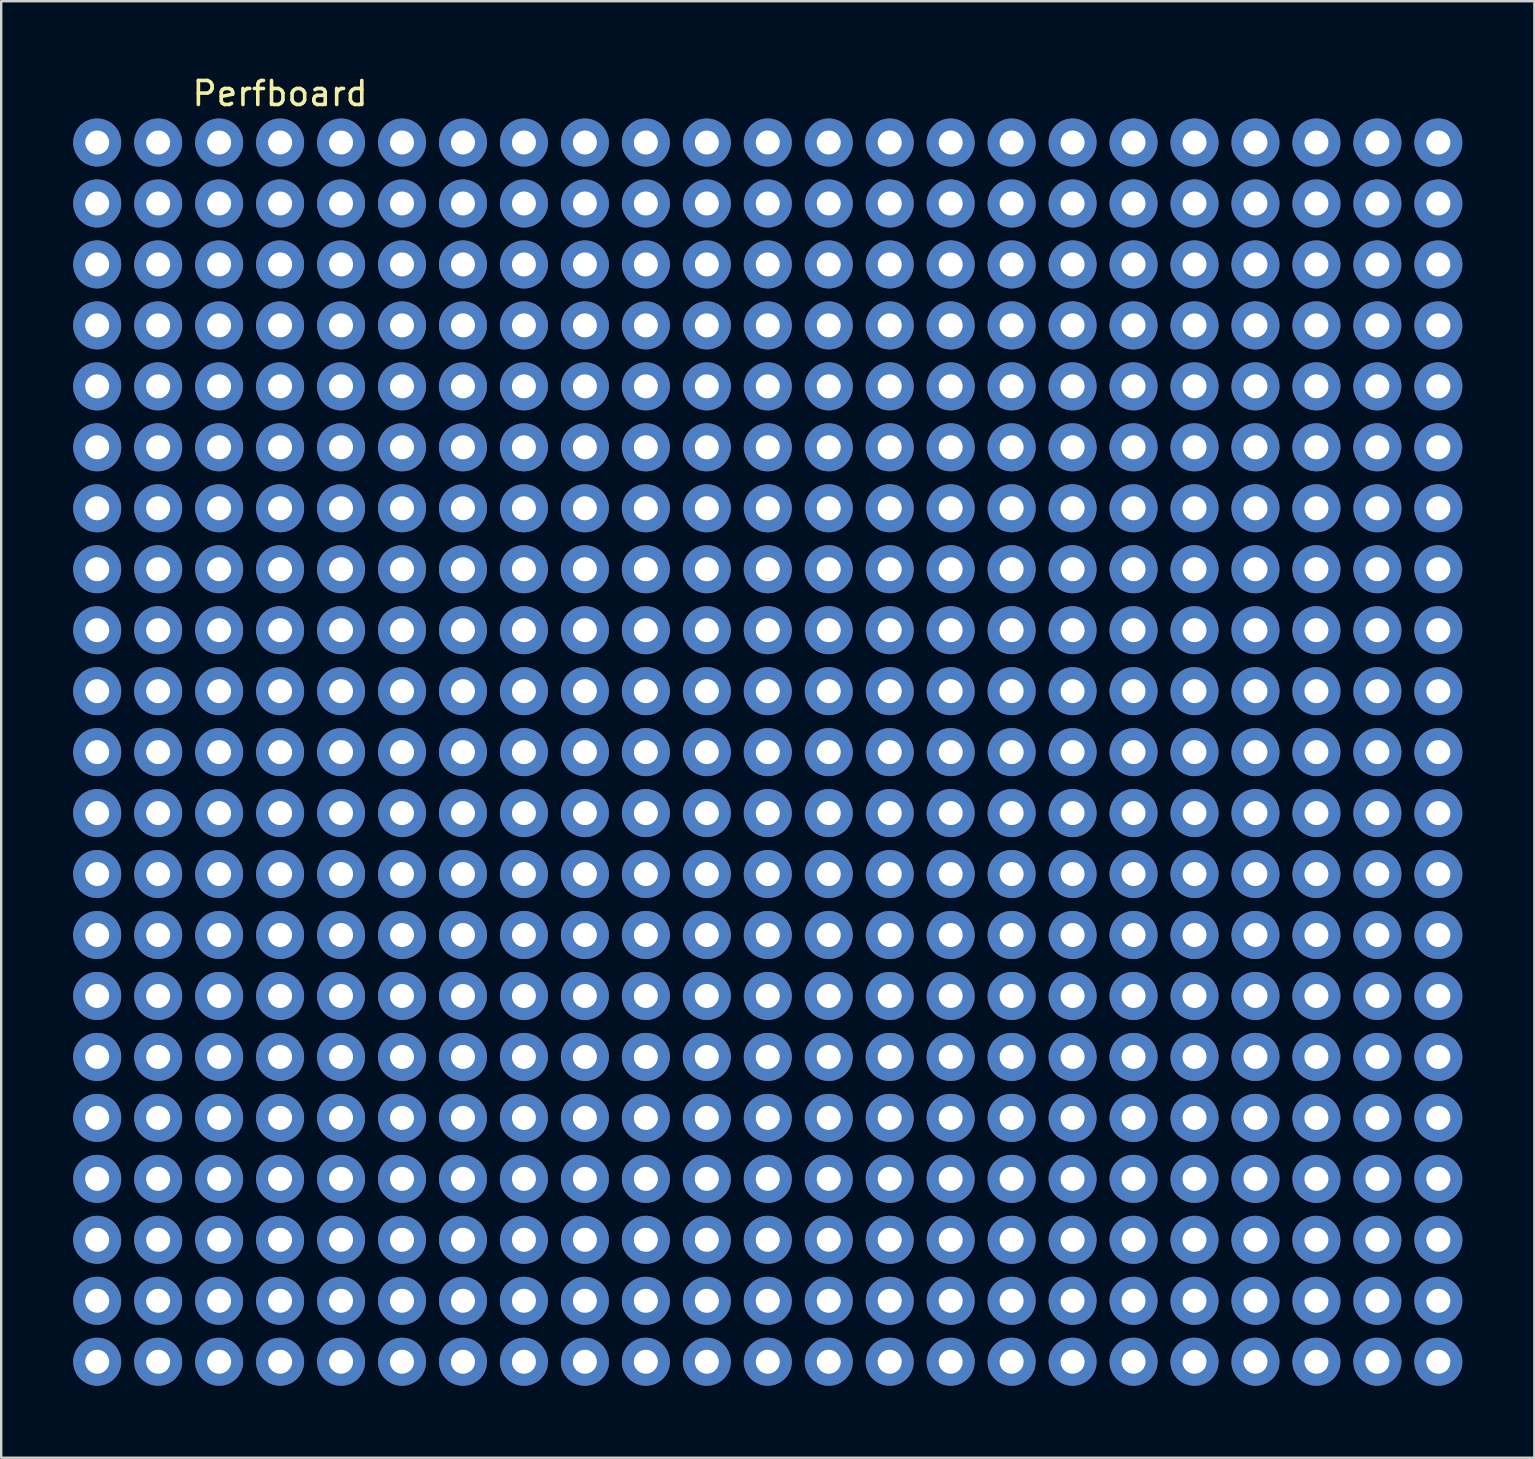
<source format=kicad_pcb>
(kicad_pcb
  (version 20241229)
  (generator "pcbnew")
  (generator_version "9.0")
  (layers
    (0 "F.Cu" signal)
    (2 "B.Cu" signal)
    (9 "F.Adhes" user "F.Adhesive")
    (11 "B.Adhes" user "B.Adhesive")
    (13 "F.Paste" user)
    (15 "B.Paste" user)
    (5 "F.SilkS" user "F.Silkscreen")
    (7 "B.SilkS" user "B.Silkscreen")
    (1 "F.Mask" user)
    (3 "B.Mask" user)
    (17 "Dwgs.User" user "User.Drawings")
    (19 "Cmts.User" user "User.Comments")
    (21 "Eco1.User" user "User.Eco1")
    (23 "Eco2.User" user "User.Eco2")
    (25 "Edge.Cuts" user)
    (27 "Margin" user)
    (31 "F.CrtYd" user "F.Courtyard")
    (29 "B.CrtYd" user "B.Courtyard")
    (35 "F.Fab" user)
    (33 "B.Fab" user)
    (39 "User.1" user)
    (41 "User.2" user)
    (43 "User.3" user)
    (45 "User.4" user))
  (footprint "Perfboard"
    (layer "F.Cu")
    (at 8.62 0.348)
    (property "Reference" "Perfboard" (at 0 0.5 0) (layer "F.SilkS") (effects (font (size 1 1) (thickness 0.15))))
    (attr through_hole)
    (pad "1" thru_hole circle (at -7.62 2.54) (size 2 2) (drill 1) (layers "*.Cu" "*.Mask"))
    (pad "2" thru_hole circle (at -5.08 2.54) (size 2 2) (drill 1) (layers "*.Cu" "*.Mask"))
    (pad "3" thru_hole circle (at -2.54 2.54) (size 2 2) (drill 1) (layers "*.Cu" "*.Mask"))
    (pad "4" thru_hole circle (at 0 2.54) (size 2 2) (drill 1) (layers "*.Cu" "*.Mask"))
    (pad "5" thru_hole circle (at 2.54 2.54) (size 2 2) (drill 1) (layers "*.Cu" "*.Mask"))
    (pad "6" thru_hole circle (at 5.08 2.54) (size 2 2) (drill 1) (layers "*.Cu" "*.Mask"))
    (pad "7" thru_hole circle (at 7.62 2.54) (size 2 2) (drill 1) (layers "*.Cu" "*.Mask"))
    (pad "8" thru_hole circle (at 10.16 2.54) (size 2 2) (drill 1) (layers "*.Cu" "*.Mask"))
    (pad "9" thru_hole circle (at 12.7 2.54) (size 2 2) (drill 1) (layers "*.Cu" "*.Mask"))
    (pad "10" thru_hole circle (at 15.24 2.54) (size 2 2) (drill 1) (layers "*.Cu" "*.Mask"))
    (pad "11" thru_hole circle (at 17.78 2.54) (size 2 2) (drill 1) (layers "*.Cu" "*.Mask"))
    (pad "12" thru_hole circle (at 20.32 2.54) (size 2 2) (drill 1) (layers "*.Cu" "*.Mask"))
    (pad "13" thru_hole circle (at 22.86 2.54) (size 2 2) (drill 1) (layers "*.Cu" "*.Mask"))
    (pad "14" thru_hole circle (at 25.4 2.54) (size 2 2) (drill 1) (layers "*.Cu" "*.Mask"))
    (pad "15" thru_hole circle (at 27.94 2.54) (size 2 2) (drill 1) (layers "*.Cu" "*.Mask"))
    (pad "16" thru_hole circle (at 30.48 2.54) (size 2 2) (drill 1) (layers "*.Cu" "*.Mask"))
    (pad "17" thru_hole circle (at 33.02 2.54) (size 2 2) (drill 1) (layers "*.Cu" "*.Mask"))
    (pad "18" thru_hole circle (at 35.56 2.54) (size 2 2) (drill 1) (layers "*.Cu" "*.Mask"))
    (pad "19" thru_hole circle (at 38.1 2.54) (size 2 2) (drill 1) (layers "*.Cu" "*.Mask"))
    (pad "20" thru_hole circle (at 40.64 2.54) (size 2 2) (drill 1) (layers "*.Cu" "*.Mask"))
    (pad "21" thru_hole circle (at 43.18 2.54) (size 2 2) (drill 1) (layers "*.Cu" "*.Mask"))
    (pad "22" thru_hole circle (at 45.72 2.54) (size 2 2) (drill 1) (layers "*.Cu" "*.Mask"))
    (pad "23" thru_hole circle (at 48.26 2.54) (size 2 2) (drill 1) (layers "*.Cu" "*.Mask"))
    (pad "24" thru_hole circle (at -7.62 5.08) (size 2 2) (drill 1) (layers "*.Cu" "*.Mask"))
    (pad "25" thru_hole circle (at -5.08 5.08) (size 2 2) (drill 1) (layers "*.Cu" "*.Mask"))
    (pad "26" thru_hole circle (at -2.54 5.08) (size 2 2) (drill 1) (layers "*.Cu" "*.Mask"))
    (pad "27" thru_hole circle (at 0 5.08) (size 2 2) (drill 1) (layers "*.Cu" "*.Mask"))
    (pad "28" thru_hole circle (at 2.54 5.08) (size 2 2) (drill 1) (layers "*.Cu" "*.Mask"))
    (pad "29" thru_hole circle (at 5.08 5.08) (size 2 2) (drill 1) (layers "*.Cu" "*.Mask"))
    (pad "30" thru_hole circle (at 7.62 5.08) (size 2 2) (drill 1) (layers "*.Cu" "*.Mask"))
    (pad "31" thru_hole circle (at 10.16 5.08) (size 2 2) (drill 1) (layers "*.Cu" "*.Mask"))
    (pad "32" thru_hole circle (at 12.7 5.08) (size 2 2) (drill 1) (layers "*.Cu" "*.Mask"))
    (pad "33" thru_hole circle (at 15.24 5.08) (size 2 2) (drill 1) (layers "*.Cu" "*.Mask"))
    (pad "34" thru_hole circle (at 17.78 5.08) (size 2 2) (drill 1) (layers "*.Cu" "*.Mask"))
    (pad "35" thru_hole circle (at 20.32 5.08) (size 2 2) (drill 1) (layers "*.Cu" "*.Mask"))
    (pad "36" thru_hole circle (at 22.86 5.08) (size 2 2) (drill 1) (layers "*.Cu" "*.Mask"))
    (pad "37" thru_hole circle (at 25.4 5.08) (size 2 2) (drill 1) (layers "*.Cu" "*.Mask"))
    (pad "38" thru_hole circle (at 27.94 5.08) (size 2 2) (drill 1) (layers "*.Cu" "*.Mask"))
    (pad "39" thru_hole circle (at 30.48 5.08) (size 2 2) (drill 1) (layers "*.Cu" "*.Mask"))
    (pad "40" thru_hole circle (at 33.02 5.08) (size 2 2) (drill 1) (layers "*.Cu" "*.Mask"))
    (pad "41" thru_hole circle (at 35.56 5.08) (size 2 2) (drill 1) (layers "*.Cu" "*.Mask"))
    (pad "42" thru_hole circle (at 38.1 5.08) (size 2 2) (drill 1) (layers "*.Cu" "*.Mask"))
    (pad "43" thru_hole circle (at 40.64 5.08) (size 2 2) (drill 1) (layers "*.Cu" "*.Mask"))
    (pad "44" thru_hole circle (at 43.18 5.08) (size 2 2) (drill 1) (layers "*.Cu" "*.Mask"))
    (pad "45" thru_hole circle (at 45.72 5.08) (size 2 2) (drill 1) (layers "*.Cu" "*.Mask"))
    (pad "46" thru_hole circle (at 48.26 5.08) (size 2 2) (drill 1) (layers "*.Cu" "*.Mask"))
    (pad "47" thru_hole circle (at -7.62 7.62) (size 2 2) (drill 1) (layers "*.Cu" "*.Mask"))
    (pad "48" thru_hole circle (at -5.08 7.62) (size 2 2) (drill 1) (layers "*.Cu" "*.Mask"))
    (pad "49" thru_hole circle (at -2.54 7.62) (size 2 2) (drill 1) (layers "*.Cu" "*.Mask"))
    (pad "50" thru_hole circle (at 0 7.62) (size 2 2) (drill 1) (layers "*.Cu" "*.Mask"))
    (pad "51" thru_hole circle (at 2.54 7.62) (size 2 2) (drill 1) (layers "*.Cu" "*.Mask"))
    (pad "52" thru_hole circle (at 5.08 7.62) (size 2 2) (drill 1) (layers "*.Cu" "*.Mask"))
    (pad "53" thru_hole circle (at 7.62 7.62) (size 2 2) (drill 1) (layers "*.Cu" "*.Mask"))
    (pad "54" thru_hole circle (at 10.16 7.62) (size 2 2) (drill 1) (layers "*.Cu" "*.Mask"))
    (pad "55" thru_hole circle (at 12.7 7.62) (size 2 2) (drill 1) (layers "*.Cu" "*.Mask"))
    (pad "56" thru_hole circle (at 15.24 7.62) (size 2 2) (drill 1) (layers "*.Cu" "*.Mask"))
    (pad "57" thru_hole circle (at 17.78 7.62) (size 2 2) (drill 1) (layers "*.Cu" "*.Mask"))
    (pad "58" thru_hole circle (at 20.32 7.62) (size 2 2) (drill 1) (layers "*.Cu" "*.Mask"))
    (pad "59" thru_hole circle (at 22.86 7.62) (size 2 2) (drill 1) (layers "*.Cu" "*.Mask"))
    (pad "60" thru_hole circle (at 25.4 7.62) (size 2 2) (drill 1) (layers "*.Cu" "*.Mask"))
    (pad "61" thru_hole circle (at 27.94 7.62) (size 2 2) (drill 1) (layers "*.Cu" "*.Mask"))
    (pad "62" thru_hole circle (at 30.48 7.62) (size 2 2) (drill 1) (layers "*.Cu" "*.Mask"))
    (pad "63" thru_hole circle (at 33.02 7.62) (size 2 2) (drill 1) (layers "*.Cu" "*.Mask"))
    (pad "64" thru_hole circle (at 35.56 7.62) (size 2 2) (drill 1) (layers "*.Cu" "*.Mask"))
    (pad "65" thru_hole circle (at 38.1 7.62) (size 2 2) (drill 1) (layers "*.Cu" "*.Mask"))
    (pad "66" thru_hole circle (at 40.64 7.62) (size 2 2) (drill 1) (layers "*.Cu" "*.Mask"))
    (pad "67" thru_hole circle (at 43.18 7.62) (size 2 2) (drill 1) (layers "*.Cu" "*.Mask"))
    (pad "68" thru_hole circle (at 45.72 7.62) (size 2 2) (drill 1) (layers "*.Cu" "*.Mask"))
    (pad "69" thru_hole circle (at 48.26 7.62) (size 2 2) (drill 1) (layers "*.Cu" "*.Mask"))
    (pad "70" thru_hole circle (at -7.62 10.16) (size 2 2) (drill 1) (layers "*.Cu" "*.Mask"))
    (pad "71" thru_hole circle (at -5.08 10.16) (size 2 2) (drill 1) (layers "*.Cu" "*.Mask"))
    (pad "72" thru_hole circle (at -2.54 10.16) (size 2 2) (drill 1) (layers "*.Cu" "*.Mask"))
    (pad "73" thru_hole circle (at 0 10.16) (size 2 2) (drill 1) (layers "*.Cu" "*.Mask"))
    (pad "74" thru_hole circle (at 2.54 10.16) (size 2 2) (drill 1) (layers "*.Cu" "*.Mask"))
    (pad "75" thru_hole circle (at 5.08 10.16) (size 2 2) (drill 1) (layers "*.Cu" "*.Mask"))
    (pad "76" thru_hole circle (at 7.62 10.16) (size 2 2) (drill 1) (layers "*.Cu" "*.Mask"))
    (pad "77" thru_hole circle (at 10.16 10.16) (size 2 2) (drill 1) (layers "*.Cu" "*.Mask"))
    (pad "78" thru_hole circle (at 12.7 10.16) (size 2 2) (drill 1) (layers "*.Cu" "*.Mask"))
    (pad "79" thru_hole circle (at 15.24 10.16) (size 2 2) (drill 1) (layers "*.Cu" "*.Mask"))
    (pad "80" thru_hole circle (at 17.78 10.16) (size 2 2) (drill 1) (layers "*.Cu" "*.Mask"))
    (pad "81" thru_hole circle (at 20.32 10.16) (size 2 2) (drill 1) (layers "*.Cu" "*.Mask"))
    (pad "82" thru_hole circle (at 22.86 10.16) (size 2 2) (drill 1) (layers "*.Cu" "*.Mask"))
    (pad "83" thru_hole circle (at 25.4 10.16) (size 2 2) (drill 1) (layers "*.Cu" "*.Mask"))
    (pad "84" thru_hole circle (at 27.94 10.16) (size 2 2) (drill 1) (layers "*.Cu" "*.Mask"))
    (pad "85" thru_hole circle (at 30.48 10.16) (size 2 2) (drill 1) (layers "*.Cu" "*.Mask"))
    (pad "86" thru_hole circle (at 33.02 10.16) (size 2 2) (drill 1) (layers "*.Cu" "*.Mask"))
    (pad "87" thru_hole circle (at 35.56 10.16) (size 2 2) (drill 1) (layers "*.Cu" "*.Mask"))
    (pad "88" thru_hole circle (at 38.1 10.16) (size 2 2) (drill 1) (layers "*.Cu" "*.Mask"))
    (pad "89" thru_hole circle (at 40.64 10.16) (size 2 2) (drill 1) (layers "*.Cu" "*.Mask"))
    (pad "90" thru_hole circle (at 43.18 10.16) (size 2 2) (drill 1) (layers "*.Cu" "*.Mask"))
    (pad "91" thru_hole circle (at 45.72 10.16) (size 2 2) (drill 1) (layers "*.Cu" "*.Mask"))
    (pad "92" thru_hole circle (at 48.26 10.16) (size 2 2) (drill 1) (layers "*.Cu" "*.Mask"))
    (pad "93" thru_hole circle (at -7.62 12.7) (size 2 2) (drill 1) (layers "*.Cu" "*.Mask"))
    (pad "94" thru_hole circle (at -5.08 12.7) (size 2 2) (drill 1) (layers "*.Cu" "*.Mask"))
    (pad "95" thru_hole circle (at -2.54 12.7) (size 2 2) (drill 1) (layers "*.Cu" "*.Mask"))
    (pad "96" thru_hole circle (at 0 12.7) (size 2 2) (drill 1) (layers "*.Cu" "*.Mask"))
    (pad "97" thru_hole circle (at 2.54 12.7) (size 2 2) (drill 1) (layers "*.Cu" "*.Mask"))
    (pad "98" thru_hole circle (at 5.08 12.7) (size 2 2) (drill 1) (layers "*.Cu" "*.Mask"))
    (pad "99" thru_hole circle (at 7.62 12.7) (size 2 2) (drill 1) (layers "*.Cu" "*.Mask"))
    (pad "100" thru_hole circle (at 10.16 12.7) (size 2 2) (drill 1) (layers "*.Cu" "*.Mask"))
    (pad "101" thru_hole circle (at 12.7 12.7) (size 2 2) (drill 1) (layers "*.Cu" "*.Mask"))
    (pad "102" thru_hole circle (at 15.24 12.7) (size 2 2) (drill 1) (layers "*.Cu" "*.Mask"))
    (pad "103" thru_hole circle (at 17.78 12.7) (size 2 2) (drill 1) (layers "*.Cu" "*.Mask"))
    (pad "104" thru_hole circle (at 20.32 12.7) (size 2 2) (drill 1) (layers "*.Cu" "*.Mask"))
    (pad "105" thru_hole circle (at 22.86 12.7) (size 2 2) (drill 1) (layers "*.Cu" "*.Mask"))
    (pad "106" thru_hole circle (at 25.4 12.7) (size 2 2) (drill 1) (layers "*.Cu" "*.Mask"))
    (pad "107" thru_hole circle (at 27.94 12.7) (size 2 2) (drill 1) (layers "*.Cu" "*.Mask"))
    (pad "108" thru_hole circle (at 30.48 12.7) (size 2 2) (drill 1) (layers "*.Cu" "*.Mask"))
    (pad "109" thru_hole circle (at 33.02 12.7) (size 2 2) (drill 1) (layers "*.Cu" "*.Mask"))
    (pad "110" thru_hole circle (at 35.56 12.7) (size 2 2) (drill 1) (layers "*.Cu" "*.Mask"))
    (pad "111" thru_hole circle (at 38.1 12.7) (size 2 2) (drill 1) (layers "*.Cu" "*.Mask"))
    (pad "112" thru_hole circle (at 40.64 12.7) (size 2 2) (drill 1) (layers "*.Cu" "*.Mask"))
    (pad "113" thru_hole circle (at 43.18 12.7) (size 2 2) (drill 1) (layers "*.Cu" "*.Mask"))
    (pad "114" thru_hole circle (at 45.72 12.7) (size 2 2) (drill 1) (layers "*.Cu" "*.Mask"))
    (pad "115" thru_hole circle (at 48.26 12.7) (size 2 2) (drill 1) (layers "*.Cu" "*.Mask"))
    (pad "116" thru_hole circle (at -7.62 15.24) (size 2 2) (drill 1) (layers "*.Cu" "*.Mask"))
    (pad "117" thru_hole circle (at -5.08 15.24) (size 2 2) (drill 1) (layers "*.Cu" "*.Mask"))
    (pad "118" thru_hole circle (at -2.54 15.24) (size 2 2) (drill 1) (layers "*.Cu" "*.Mask"))
    (pad "119" thru_hole circle (at 0 15.24) (size 2 2) (drill 1) (layers "*.Cu" "*.Mask"))
    (pad "120" thru_hole circle (at 2.54 15.24) (size 2 2) (drill 1) (layers "*.Cu" "*.Mask"))
    (pad "121" thru_hole circle (at 5.08 15.24) (size 2 2) (drill 1) (layers "*.Cu" "*.Mask"))
    (pad "122" thru_hole circle (at 7.62 15.24) (size 2 2) (drill 1) (layers "*.Cu" "*.Mask"))
    (pad "123" thru_hole circle (at 10.16 15.24) (size 2 2) (drill 1) (layers "*.Cu" "*.Mask"))
    (pad "124" thru_hole circle (at 12.7 15.24) (size 2 2) (drill 1) (layers "*.Cu" "*.Mask"))
    (pad "125" thru_hole circle (at 15.24 15.24) (size 2 2) (drill 1) (layers "*.Cu" "*.Mask"))
    (pad "126" thru_hole circle (at 17.78 15.24) (size 2 2) (drill 1) (layers "*.Cu" "*.Mask"))
    (pad "127" thru_hole circle (at 20.32 15.24) (size 2 2) (drill 1) (layers "*.Cu" "*.Mask"))
    (pad "128" thru_hole circle (at 22.86 15.24) (size 2 2) (drill 1) (layers "*.Cu" "*.Mask"))
    (pad "129" thru_hole circle (at 25.4 15.24) (size 2 2) (drill 1) (layers "*.Cu" "*.Mask"))
    (pad "130" thru_hole circle (at 27.94 15.24) (size 2 2) (drill 1) (layers "*.Cu" "*.Mask"))
    (pad "131" thru_hole circle (at 30.48 15.24) (size 2 2) (drill 1) (layers "*.Cu" "*.Mask"))
    (pad "132" thru_hole circle (at 33.02 15.24) (size 2 2) (drill 1) (layers "*.Cu" "*.Mask"))
    (pad "133" thru_hole circle (at 35.56 15.24) (size 2 2) (drill 1) (layers "*.Cu" "*.Mask"))
    (pad "134" thru_hole circle (at 38.1 15.24) (size 2 2) (drill 1) (layers "*.Cu" "*.Mask"))
    (pad "135" thru_hole circle (at 40.64 15.24) (size 2 2) (drill 1) (layers "*.Cu" "*.Mask"))
    (pad "136" thru_hole circle (at 43.18 15.24) (size 2 2) (drill 1) (layers "*.Cu" "*.Mask"))
    (pad "137" thru_hole circle (at 45.72 15.24) (size 2 2) (drill 1) (layers "*.Cu" "*.Mask"))
    (pad "138" thru_hole circle (at 48.26 15.24) (size 2 2) (drill 1) (layers "*.Cu" "*.Mask"))
    (pad "139" thru_hole circle (at -7.62 17.78) (size 2 2) (drill 1) (layers "*.Cu" "*.Mask"))
    (pad "140" thru_hole circle (at -5.08 17.78) (size 2 2) (drill 1) (layers "*.Cu" "*.Mask"))
    (pad "141" thru_hole circle (at -2.54 17.78) (size 2 2) (drill 1) (layers "*.Cu" "*.Mask"))
    (pad "142" thru_hole circle (at 0 17.78) (size 2 2) (drill 1) (layers "*.Cu" "*.Mask"))
    (pad "143" thru_hole circle (at 2.54 17.78) (size 2 2) (drill 1) (layers "*.Cu" "*.Mask"))
    (pad "144" thru_hole circle (at 5.08 17.78) (size 2 2) (drill 1) (layers "*.Cu" "*.Mask"))
    (pad "145" thru_hole circle (at 7.62 17.78) (size 2 2) (drill 1) (layers "*.Cu" "*.Mask"))
    (pad "146" thru_hole circle (at 10.16 17.78) (size 2 2) (drill 1) (layers "*.Cu" "*.Mask"))
    (pad "147" thru_hole circle (at 12.7 17.78) (size 2 2) (drill 1) (layers "*.Cu" "*.Mask"))
    (pad "148" thru_hole circle (at 15.24 17.78) (size 2 2) (drill 1) (layers "*.Cu" "*.Mask"))
    (pad "149" thru_hole circle (at 17.78 17.78) (size 2 2) (drill 1) (layers "*.Cu" "*.Mask"))
    (pad "150" thru_hole circle (at 20.32 17.78) (size 2 2) (drill 1) (layers "*.Cu" "*.Mask"))
    (pad "151" thru_hole circle (at 22.86 17.78) (size 2 2) (drill 1) (layers "*.Cu" "*.Mask"))
    (pad "152" thru_hole circle (at 25.4 17.78) (size 2 2) (drill 1) (layers "*.Cu" "*.Mask"))
    (pad "153" thru_hole circle (at 27.94 17.78) (size 2 2) (drill 1) (layers "*.Cu" "*.Mask"))
    (pad "154" thru_hole circle (at 30.48 17.78) (size 2 2) (drill 1) (layers "*.Cu" "*.Mask"))
    (pad "155" thru_hole circle (at 33.02 17.78) (size 2 2) (drill 1) (layers "*.Cu" "*.Mask"))
    (pad "156" thru_hole circle (at 35.56 17.78) (size 2 2) (drill 1) (layers "*.Cu" "*.Mask"))
    (pad "157" thru_hole circle (at 38.1 17.78) (size 2 2) (drill 1) (layers "*.Cu" "*.Mask"))
    (pad "158" thru_hole circle (at 40.64 17.78) (size 2 2) (drill 1) (layers "*.Cu" "*.Mask"))
    (pad "159" thru_hole circle (at 43.18 17.78) (size 2 2) (drill 1) (layers "*.Cu" "*.Mask"))
    (pad "160" thru_hole circle (at 45.72 17.78) (size 2 2) (drill 1) (layers "*.Cu" "*.Mask"))
    (pad "161" thru_hole circle (at 48.26 17.78) (size 2 2) (drill 1) (layers "*.Cu" "*.Mask"))
    (pad "162" thru_hole circle (at -7.62 20.32) (size 2 2) (drill 1) (layers "*.Cu" "*.Mask"))
    (pad "163" thru_hole circle (at -5.08 20.32) (size 2 2) (drill 1) (layers "*.Cu" "*.Mask"))
    (pad "164" thru_hole circle (at -2.54 20.32) (size 2 2) (drill 1) (layers "*.Cu" "*.Mask"))
    (pad "165" thru_hole circle (at 0 20.32) (size 2 2) (drill 1) (layers "*.Cu" "*.Mask"))
    (pad "166" thru_hole circle (at 2.54 20.32) (size 2 2) (drill 1) (layers "*.Cu" "*.Mask"))
    (pad "167" thru_hole circle (at 5.08 20.32) (size 2 2) (drill 1) (layers "*.Cu" "*.Mask"))
    (pad "168" thru_hole circle (at 7.62 20.32) (size 2 2) (drill 1) (layers "*.Cu" "*.Mask"))
    (pad "169" thru_hole circle (at 10.16 20.32) (size 2 2) (drill 1) (layers "*.Cu" "*.Mask"))
    (pad "170" thru_hole circle (at 12.7 20.32) (size 2 2) (drill 1) (layers "*.Cu" "*.Mask"))
    (pad "171" thru_hole circle (at 15.24 20.32) (size 2 2) (drill 1) (layers "*.Cu" "*.Mask"))
    (pad "172" thru_hole circle (at 17.78 20.32) (size 2 2) (drill 1) (layers "*.Cu" "*.Mask"))
    (pad "173" thru_hole circle (at 20.32 20.32) (size 2 2) (drill 1) (layers "*.Cu" "*.Mask"))
    (pad "174" thru_hole circle (at 22.86 20.32) (size 2 2) (drill 1) (layers "*.Cu" "*.Mask"))
    (pad "175" thru_hole circle (at 25.4 20.32) (size 2 2) (drill 1) (layers "*.Cu" "*.Mask"))
    (pad "176" thru_hole circle (at 27.94 20.32) (size 2 2) (drill 1) (layers "*.Cu" "*.Mask"))
    (pad "177" thru_hole circle (at 30.48 20.32) (size 2 2) (drill 1) (layers "*.Cu" "*.Mask"))
    (pad "178" thru_hole circle (at 33.02 20.32) (size 2 2) (drill 1) (layers "*.Cu" "*.Mask"))
    (pad "179" thru_hole circle (at 35.56 20.32) (size 2 2) (drill 1) (layers "*.Cu" "*.Mask"))
    (pad "180" thru_hole circle (at 38.1 20.32) (size 2 2) (drill 1) (layers "*.Cu" "*.Mask"))
    (pad "181" thru_hole circle (at 40.64 20.32) (size 2 2) (drill 1) (layers "*.Cu" "*.Mask"))
    (pad "182" thru_hole circle (at 43.18 20.32) (size 2 2) (drill 1) (layers "*.Cu" "*.Mask"))
    (pad "183" thru_hole circle (at 45.72 20.32) (size 2 2) (drill 1) (layers "*.Cu" "*.Mask"))
    (pad "184" thru_hole circle (at 48.26 20.32) (size 2 2) (drill 1) (layers "*.Cu" "*.Mask"))
    (pad "185" thru_hole circle (at -7.62 22.86) (size 2 2) (drill 1) (layers "*.Cu" "*.Mask"))
    (pad "186" thru_hole circle (at -5.08 22.86) (size 2 2) (drill 1) (layers "*.Cu" "*.Mask"))
    (pad "187" thru_hole circle (at -2.54 22.86) (size 2 2) (drill 1) (layers "*.Cu" "*.Mask"))
    (pad "188" thru_hole circle (at 0 22.86) (size 2 2) (drill 1) (layers "*.Cu" "*.Mask"))
    (pad "189" thru_hole circle (at 2.54 22.86) (size 2 2) (drill 1) (layers "*.Cu" "*.Mask"))
    (pad "190" thru_hole circle (at 5.08 22.86) (size 2 2) (drill 1) (layers "*.Cu" "*.Mask"))
    (pad "191" thru_hole circle (at 7.62 22.86) (size 2 2) (drill 1) (layers "*.Cu" "*.Mask"))
    (pad "192" thru_hole circle (at 10.16 22.86) (size 2 2) (drill 1) (layers "*.Cu" "*.Mask"))
    (pad "193" thru_hole circle (at 12.7 22.86) (size 2 2) (drill 1) (layers "*.Cu" "*.Mask"))
    (pad "194" thru_hole circle (at 15.24 22.86) (size 2 2) (drill 1) (layers "*.Cu" "*.Mask"))
    (pad "195" thru_hole circle (at 17.78 22.86) (size 2 2) (drill 1) (layers "*.Cu" "*.Mask"))
    (pad "196" thru_hole circle (at 20.32 22.86) (size 2 2) (drill 1) (layers "*.Cu" "*.Mask"))
    (pad "197" thru_hole circle (at 22.86 22.86) (size 2 2) (drill 1) (layers "*.Cu" "*.Mask"))
    (pad "198" thru_hole circle (at 25.4 22.86) (size 2 2) (drill 1) (layers "*.Cu" "*.Mask"))
    (pad "199" thru_hole circle (at 27.94 22.86) (size 2 2) (drill 1) (layers "*.Cu" "*.Mask"))
    (pad "200" thru_hole circle (at 30.48 22.86) (size 2 2) (drill 1) (layers "*.Cu" "*.Mask"))
    (pad "201" thru_hole circle (at 33.02 22.86) (size 2 2) (drill 1) (layers "*.Cu" "*.Mask"))
    (pad "202" thru_hole circle (at 35.56 22.86) (size 2 2) (drill 1) (layers "*.Cu" "*.Mask"))
    (pad "203" thru_hole circle (at 38.1 22.86) (size 2 2) (drill 1) (layers "*.Cu" "*.Mask"))
    (pad "204" thru_hole circle (at 40.64 22.86) (size 2 2) (drill 1) (layers "*.Cu" "*.Mask"))
    (pad "205" thru_hole circle (at 43.18 22.86) (size 2 2) (drill 1) (layers "*.Cu" "*.Mask"))
    (pad "206" thru_hole circle (at 45.72 22.86) (size 2 2) (drill 1) (layers "*.Cu" "*.Mask"))
    (pad "207" thru_hole circle (at 48.26 22.86) (size 2 2) (drill 1) (layers "*.Cu" "*.Mask"))
    (pad "208" thru_hole circle (at -7.62 25.4) (size 2 2) (drill 1) (layers "*.Cu" "*.Mask"))
    (pad "209" thru_hole circle (at -5.08 25.4) (size 2 2) (drill 1) (layers "*.Cu" "*.Mask"))
    (pad "210" thru_hole circle (at -2.54 25.4) (size 2 2) (drill 1) (layers "*.Cu" "*.Mask"))
    (pad "211" thru_hole circle (at 0 25.4) (size 2 2) (drill 1) (layers "*.Cu" "*.Mask"))
    (pad "212" thru_hole circle (at 2.54 25.4) (size 2 2) (drill 1) (layers "*.Cu" "*.Mask"))
    (pad "213" thru_hole circle (at 5.08 25.4) (size 2 2) (drill 1) (layers "*.Cu" "*.Mask"))
    (pad "214" thru_hole circle (at 7.62 25.4) (size 2 2) (drill 1) (layers "*.Cu" "*.Mask"))
    (pad "215" thru_hole circle (at 10.16 25.4) (size 2 2) (drill 1) (layers "*.Cu" "*.Mask"))
    (pad "216" thru_hole circle (at 12.7 25.4) (size 2 2) (drill 1) (layers "*.Cu" "*.Mask"))
    (pad "217" thru_hole circle (at 15.24 25.4) (size 2 2) (drill 1) (layers "*.Cu" "*.Mask"))
    (pad "218" thru_hole circle (at 17.78 25.4) (size 2 2) (drill 1) (layers "*.Cu" "*.Mask"))
    (pad "219" thru_hole circle (at 20.32 25.4) (size 2 2) (drill 1) (layers "*.Cu" "*.Mask"))
    (pad "220" thru_hole circle (at 22.86 25.4) (size 2 2) (drill 1) (layers "*.Cu" "*.Mask"))
    (pad "221" thru_hole circle (at 25.4 25.4) (size 2 2) (drill 1) (layers "*.Cu" "*.Mask"))
    (pad "222" thru_hole circle (at 27.94 25.4) (size 2 2) (drill 1) (layers "*.Cu" "*.Mask"))
    (pad "223" thru_hole circle (at 30.48 25.4) (size 2 2) (drill 1) (layers "*.Cu" "*.Mask"))
    (pad "224" thru_hole circle (at 33.02 25.4) (size 2 2) (drill 1) (layers "*.Cu" "*.Mask"))
    (pad "225" thru_hole circle (at 35.56 25.4) (size 2 2) (drill 1) (layers "*.Cu" "*.Mask"))
    (pad "226" thru_hole circle (at 38.1 25.4) (size 2 2) (drill 1) (layers "*.Cu" "*.Mask"))
    (pad "227" thru_hole circle (at 40.64 25.4) (size 2 2) (drill 1) (layers "*.Cu" "*.Mask"))
    (pad "228" thru_hole circle (at 43.18 25.4) (size 2 2) (drill 1) (layers "*.Cu" "*.Mask"))
    (pad "229" thru_hole circle (at 45.72 25.4) (size 2 2) (drill 1) (layers "*.Cu" "*.Mask"))
    (pad "230" thru_hole circle (at 48.26 25.4) (size 2 2) (drill 1) (layers "*.Cu" "*.Mask"))
    (pad "231" thru_hole circle (at -7.62 27.94) (size 2 2) (drill 1) (layers "*.Cu" "*.Mask"))
    (pad "232" thru_hole circle (at -5.08 27.94) (size 2 2) (drill 1) (layers "*.Cu" "*.Mask"))
    (pad "233" thru_hole circle (at -2.54 27.94) (size 2 2) (drill 1) (layers "*.Cu" "*.Mask"))
    (pad "234" thru_hole circle (at 0 27.94) (size 2 2) (drill 1) (layers "*.Cu" "*.Mask"))
    (pad "235" thru_hole circle (at 2.54 27.94) (size 2 2) (drill 1) (layers "*.Cu" "*.Mask"))
    (pad "236" thru_hole circle (at 5.08 27.94) (size 2 2) (drill 1) (layers "*.Cu" "*.Mask"))
    (pad "237" thru_hole circle (at 7.62 27.94) (size 2 2) (drill 1) (layers "*.Cu" "*.Mask"))
    (pad "238" thru_hole circle (at 10.16 27.94) (size 2 2) (drill 1) (layers "*.Cu" "*.Mask"))
    (pad "239" thru_hole circle (at 12.7 27.94) (size 2 2) (drill 1) (layers "*.Cu" "*.Mask"))
    (pad "240" thru_hole circle (at 15.24 27.94) (size 2 2) (drill 1) (layers "*.Cu" "*.Mask"))
    (pad "241" thru_hole circle (at 17.78 27.94) (size 2 2) (drill 1) (layers "*.Cu" "*.Mask"))
    (pad "242" thru_hole circle (at 20.32 27.94) (size 2 2) (drill 1) (layers "*.Cu" "*.Mask"))
    (pad "243" thru_hole circle (at 22.86 27.94) (size 2 2) (drill 1) (layers "*.Cu" "*.Mask"))
    (pad "244" thru_hole circle (at 25.4 27.94) (size 2 2) (drill 1) (layers "*.Cu" "*.Mask"))
    (pad "245" thru_hole circle (at 27.94 27.94) (size 2 2) (drill 1) (layers "*.Cu" "*.Mask"))
    (pad "246" thru_hole circle (at 30.48 27.94) (size 2 2) (drill 1) (layers "*.Cu" "*.Mask"))
    (pad "247" thru_hole circle (at 33.02 27.94) (size 2 2) (drill 1) (layers "*.Cu" "*.Mask"))
    (pad "248" thru_hole circle (at 35.56 27.94) (size 2 2) (drill 1) (layers "*.Cu" "*.Mask"))
    (pad "249" thru_hole circle (at 38.1 27.94) (size 2 2) (drill 1) (layers "*.Cu" "*.Mask"))
    (pad "250" thru_hole circle (at 40.64 27.94) (size 2 2) (drill 1) (layers "*.Cu" "*.Mask"))
    (pad "251" thru_hole circle (at 43.18 27.94) (size 2 2) (drill 1) (layers "*.Cu" "*.Mask"))
    (pad "252" thru_hole circle (at 45.72 27.94) (size 2 2) (drill 1) (layers "*.Cu" "*.Mask"))
    (pad "253" thru_hole circle (at 48.26 27.94) (size 2 2) (drill 1) (layers "*.Cu" "*.Mask"))
    (pad "254" thru_hole circle (at -7.62 30.48) (size 2 2) (drill 1) (layers "*.Cu" "*.Mask"))
    (pad "255" thru_hole circle (at -5.08 30.48) (size 2 2) (drill 1) (layers "*.Cu" "*.Mask"))
    (pad "256" thru_hole circle (at -2.54 30.48) (size 2 2) (drill 1) (layers "*.Cu" "*.Mask"))
    (pad "257" thru_hole circle (at 0 30.48) (size 2 2) (drill 1) (layers "*.Cu" "*.Mask"))
    (pad "258" thru_hole circle (at 2.54 30.48) (size 2 2) (drill 1) (layers "*.Cu" "*.Mask"))
    (pad "259" thru_hole circle (at 5.08 30.48) (size 2 2) (drill 1) (layers "*.Cu" "*.Mask"))
    (pad "260" thru_hole circle (at 7.62 30.48) (size 2 2) (drill 1) (layers "*.Cu" "*.Mask"))
    (pad "261" thru_hole circle (at 10.16 30.48) (size 2 2) (drill 1) (layers "*.Cu" "*.Mask"))
    (pad "262" thru_hole circle (at 12.7 30.48) (size 2 2) (drill 1) (layers "*.Cu" "*.Mask"))
    (pad "263" thru_hole circle (at 15.24 30.48) (size 2 2) (drill 1) (layers "*.Cu" "*.Mask"))
    (pad "264" thru_hole circle (at 17.78 30.48) (size 2 2) (drill 1) (layers "*.Cu" "*.Mask"))
    (pad "265" thru_hole circle (at 20.32 30.48) (size 2 2) (drill 1) (layers "*.Cu" "*.Mask"))
    (pad "266" thru_hole circle (at 22.86 30.48) (size 2 2) (drill 1) (layers "*.Cu" "*.Mask"))
    (pad "267" thru_hole circle (at 25.4 30.48) (size 2 2) (drill 1) (layers "*.Cu" "*.Mask"))
    (pad "268" thru_hole circle (at 27.94 30.48) (size 2 2) (drill 1) (layers "*.Cu" "*.Mask"))
    (pad "269" thru_hole circle (at 30.48 30.48) (size 2 2) (drill 1) (layers "*.Cu" "*.Mask"))
    (pad "270" thru_hole circle (at 33.02 30.48) (size 2 2) (drill 1) (layers "*.Cu" "*.Mask"))
    (pad "271" thru_hole circle (at 35.56 30.48) (size 2 2) (drill 1) (layers "*.Cu" "*.Mask"))
    (pad "272" thru_hole circle (at 38.1 30.48) (size 2 2) (drill 1) (layers "*.Cu" "*.Mask"))
    (pad "273" thru_hole circle (at 40.64 30.48) (size 2 2) (drill 1) (layers "*.Cu" "*.Mask"))
    (pad "274" thru_hole circle (at 43.18 30.48) (size 2 2) (drill 1) (layers "*.Cu" "*.Mask"))
    (pad "275" thru_hole circle (at 45.72 30.48) (size 2 2) (drill 1) (layers "*.Cu" "*.Mask"))
    (pad "276" thru_hole circle (at 48.26 30.48) (size 2 2) (drill 1) (layers "*.Cu" "*.Mask"))
    (pad "277" thru_hole circle (at -7.62 33.02) (size 2 2) (drill 1) (layers "*.Cu" "*.Mask"))
    (pad "278" thru_hole circle (at -5.08 33.02) (size 2 2) (drill 1) (layers "*.Cu" "*.Mask"))
    (pad "279" thru_hole circle (at -2.54 33.02) (size 2 2) (drill 1) (layers "*.Cu" "*.Mask"))
    (pad "280" thru_hole circle (at 0 33.02) (size 2 2) (drill 1) (layers "*.Cu" "*.Mask"))
    (pad "281" thru_hole circle (at 2.54 33.02) (size 2 2) (drill 1) (layers "*.Cu" "*.Mask"))
    (pad "282" thru_hole circle (at 5.08 33.02) (size 2 2) (drill 1) (layers "*.Cu" "*.Mask"))
    (pad "283" thru_hole circle (at 7.62 33.02) (size 2 2) (drill 1) (layers "*.Cu" "*.Mask"))
    (pad "284" thru_hole circle (at 10.16 33.02) (size 2 2) (drill 1) (layers "*.Cu" "*.Mask"))
    (pad "285" thru_hole circle (at 12.7 33.02) (size 2 2) (drill 1) (layers "*.Cu" "*.Mask"))
    (pad "286" thru_hole circle (at 15.24 33.02) (size 2 2) (drill 1) (layers "*.Cu" "*.Mask"))
    (pad "287" thru_hole circle (at 17.78 33.02) (size 2 2) (drill 1) (layers "*.Cu" "*.Mask"))
    (pad "288" thru_hole circle (at 20.32 33.02) (size 2 2) (drill 1) (layers "*.Cu" "*.Mask"))
    (pad "289" thru_hole circle (at 22.86 33.02) (size 2 2) (drill 1) (layers "*.Cu" "*.Mask"))
    (pad "290" thru_hole circle (at 25.4 33.02) (size 2 2) (drill 1) (layers "*.Cu" "*.Mask"))
    (pad "291" thru_hole circle (at 27.94 33.02) (size 2 2) (drill 1) (layers "*.Cu" "*.Mask"))
    (pad "292" thru_hole circle (at 30.48 33.02) (size 2 2) (drill 1) (layers "*.Cu" "*.Mask"))
    (pad "293" thru_hole circle (at 33.02 33.02) (size 2 2) (drill 1) (layers "*.Cu" "*.Mask"))
    (pad "294" thru_hole circle (at 35.56 33.02) (size 2 2) (drill 1) (layers "*.Cu" "*.Mask"))
    (pad "295" thru_hole circle (at 38.1 33.02) (size 2 2) (drill 1) (layers "*.Cu" "*.Mask"))
    (pad "296" thru_hole circle (at 40.64 33.02) (size 2 2) (drill 1) (layers "*.Cu" "*.Mask"))
    (pad "297" thru_hole circle (at 43.18 33.02) (size 2 2) (drill 1) (layers "*.Cu" "*.Mask"))
    (pad "298" thru_hole circle (at 45.72 33.02) (size 2 2) (drill 1) (layers "*.Cu" "*.Mask"))
    (pad "299" thru_hole circle (at 48.26 33.02) (size 2 2) (drill 1) (layers "*.Cu" "*.Mask"))
    (pad "300" thru_hole circle (at -7.62 35.56) (size 2 2) (drill 1) (layers "*.Cu" "*.Mask"))
    (pad "301" thru_hole circle (at -5.08 35.56) (size 2 2) (drill 1) (layers "*.Cu" "*.Mask"))
    (pad "302" thru_hole circle (at -2.54 35.56) (size 2 2) (drill 1) (layers "*.Cu" "*.Mask"))
    (pad "303" thru_hole circle (at 0 35.56) (size 2 2) (drill 1) (layers "*.Cu" "*.Mask"))
    (pad "304" thru_hole circle (at 2.54 35.56) (size 2 2) (drill 1) (layers "*.Cu" "*.Mask"))
    (pad "305" thru_hole circle (at 5.08 35.56) (size 2 2) (drill 1) (layers "*.Cu" "*.Mask"))
    (pad "306" thru_hole circle (at 7.62 35.56) (size 2 2) (drill 1) (layers "*.Cu" "*.Mask"))
    (pad "307" thru_hole circle (at 10.16 35.56) (size 2 2) (drill 1) (layers "*.Cu" "*.Mask"))
    (pad "308" thru_hole circle (at 12.7 35.56) (size 2 2) (drill 1) (layers "*.Cu" "*.Mask"))
    (pad "309" thru_hole circle (at 15.24 35.56) (size 2 2) (drill 1) (layers "*.Cu" "*.Mask"))
    (pad "310" thru_hole circle (at 17.78 35.56) (size 2 2) (drill 1) (layers "*.Cu" "*.Mask"))
    (pad "311" thru_hole circle (at 20.32 35.56) (size 2 2) (drill 1) (layers "*.Cu" "*.Mask"))
    (pad "312" thru_hole circle (at 22.86 35.56) (size 2 2) (drill 1) (layers "*.Cu" "*.Mask"))
    (pad "313" thru_hole circle (at 25.4 35.56) (size 2 2) (drill 1) (layers "*.Cu" "*.Mask"))
    (pad "314" thru_hole circle (at 27.94 35.56) (size 2 2) (drill 1) (layers "*.Cu" "*.Mask"))
    (pad "315" thru_hole circle (at 30.48 35.56) (size 2 2) (drill 1) (layers "*.Cu" "*.Mask"))
    (pad "316" thru_hole circle (at 33.02 35.56) (size 2 2) (drill 1) (layers "*.Cu" "*.Mask"))
    (pad "317" thru_hole circle (at 35.56 35.56) (size 2 2) (drill 1) (layers "*.Cu" "*.Mask"))
    (pad "318" thru_hole circle (at 38.1 35.56) (size 2 2) (drill 1) (layers "*.Cu" "*.Mask"))
    (pad "319" thru_hole circle (at 40.64 35.56) (size 2 2) (drill 1) (layers "*.Cu" "*.Mask"))
    (pad "320" thru_hole circle (at 43.18 35.56) (size 2 2) (drill 1) (layers "*.Cu" "*.Mask"))
    (pad "321" thru_hole circle (at 45.72 35.56) (size 2 2) (drill 1) (layers "*.Cu" "*.Mask"))
    (pad "322" thru_hole circle (at 48.26 35.56) (size 2 2) (drill 1) (layers "*.Cu" "*.Mask"))
    (pad "323" thru_hole circle (at -7.62 38.1) (size 2 2) (drill 1) (layers "*.Cu" "*.Mask"))
    (pad "324" thru_hole circle (at -5.08 38.1) (size 2 2) (drill 1) (layers "*.Cu" "*.Mask"))
    (pad "325" thru_hole circle (at -2.54 38.1) (size 2 2) (drill 1) (layers "*.Cu" "*.Mask"))
    (pad "326" thru_hole circle (at 0 38.1) (size 2 2) (drill 1) (layers "*.Cu" "*.Mask"))
    (pad "327" thru_hole circle (at 2.54 38.1) (size 2 2) (drill 1) (layers "*.Cu" "*.Mask"))
    (pad "328" thru_hole circle (at 5.08 38.1) (size 2 2) (drill 1) (layers "*.Cu" "*.Mask"))
    (pad "329" thru_hole circle (at 7.62 38.1) (size 2 2) (drill 1) (layers "*.Cu" "*.Mask"))
    (pad "330" thru_hole circle (at 10.16 38.1) (size 2 2) (drill 1) (layers "*.Cu" "*.Mask"))
    (pad "331" thru_hole circle (at 12.7 38.1) (size 2 2) (drill 1) (layers "*.Cu" "*.Mask"))
    (pad "332" thru_hole circle (at 15.24 38.1) (size 2 2) (drill 1) (layers "*.Cu" "*.Mask"))
    (pad "333" thru_hole circle (at 17.78 38.1) (size 2 2) (drill 1) (layers "*.Cu" "*.Mask"))
    (pad "334" thru_hole circle (at 20.32 38.1) (size 2 2) (drill 1) (layers "*.Cu" "*.Mask"))
    (pad "335" thru_hole circle (at 22.86 38.1) (size 2 2) (drill 1) (layers "*.Cu" "*.Mask"))
    (pad "336" thru_hole circle (at 25.4 38.1) (size 2 2) (drill 1) (layers "*.Cu" "*.Mask"))
    (pad "337" thru_hole circle (at 27.94 38.1) (size 2 2) (drill 1) (layers "*.Cu" "*.Mask"))
    (pad "338" thru_hole circle (at 30.48 38.1) (size 2 2) (drill 1) (layers "*.Cu" "*.Mask"))
    (pad "339" thru_hole circle (at 33.02 38.1) (size 2 2) (drill 1) (layers "*.Cu" "*.Mask"))
    (pad "340" thru_hole circle (at 35.56 38.1) (size 2 2) (drill 1) (layers "*.Cu" "*.Mask"))
    (pad "341" thru_hole circle (at 38.1 38.1) (size 2 2) (drill 1) (layers "*.Cu" "*.Mask"))
    (pad "342" thru_hole circle (at 40.64 38.1) (size 2 2) (drill 1) (layers "*.Cu" "*.Mask"))
    (pad "343" thru_hole circle (at 43.18 38.1) (size 2 2) (drill 1) (layers "*.Cu" "*.Mask"))
    (pad "344" thru_hole circle (at 45.72 38.1) (size 2 2) (drill 1) (layers "*.Cu" "*.Mask"))
    (pad "345" thru_hole circle (at 48.26 38.1) (size 2 2) (drill 1) (layers "*.Cu" "*.Mask"))
    (pad "346" thru_hole circle (at -7.62 40.64) (size 2 2) (drill 1) (layers "*.Cu" "*.Mask"))
    (pad "347" thru_hole circle (at -5.08 40.64) (size 2 2) (drill 1) (layers "*.Cu" "*.Mask"))
    (pad "348" thru_hole circle (at -2.54 40.64) (size 2 2) (drill 1) (layers "*.Cu" "*.Mask"))
    (pad "349" thru_hole circle (at 0 40.64) (size 2 2) (drill 1) (layers "*.Cu" "*.Mask"))
    (pad "350" thru_hole circle (at 2.54 40.64) (size 2 2) (drill 1) (layers "*.Cu" "*.Mask"))
    (pad "351" thru_hole circle (at 5.08 40.64) (size 2 2) (drill 1) (layers "*.Cu" "*.Mask"))
    (pad "352" thru_hole circle (at 7.62 40.64) (size 2 2) (drill 1) (layers "*.Cu" "*.Mask"))
    (pad "353" thru_hole circle (at 10.16 40.64) (size 2 2) (drill 1) (layers "*.Cu" "*.Mask"))
    (pad "354" thru_hole circle (at 12.7 40.64) (size 2 2) (drill 1) (layers "*.Cu" "*.Mask"))
    (pad "355" thru_hole circle (at 15.24 40.64) (size 2 2) (drill 1) (layers "*.Cu" "*.Mask"))
    (pad "356" thru_hole circle (at 17.78 40.64) (size 2 2) (drill 1) (layers "*.Cu" "*.Mask"))
    (pad "357" thru_hole circle (at 20.32 40.64) (size 2 2) (drill 1) (layers "*.Cu" "*.Mask"))
    (pad "358" thru_hole circle (at 22.86 40.64) (size 2 2) (drill 1) (layers "*.Cu" "*.Mask"))
    (pad "359" thru_hole circle (at 25.4 40.64) (size 2 2) (drill 1) (layers "*.Cu" "*.Mask"))
    (pad "360" thru_hole circle (at 27.94 40.64) (size 2 2) (drill 1) (layers "*.Cu" "*.Mask"))
    (pad "361" thru_hole circle (at 30.48 40.64) (size 2 2) (drill 1) (layers "*.Cu" "*.Mask"))
    (pad "362" thru_hole circle (at 33.02 40.64) (size 2 2) (drill 1) (layers "*.Cu" "*.Mask"))
    (pad "363" thru_hole circle (at 35.56 40.64) (size 2 2) (drill 1) (layers "*.Cu" "*.Mask"))
    (pad "364" thru_hole circle (at 38.1 40.64) (size 2 2) (drill 1) (layers "*.Cu" "*.Mask"))
    (pad "365" thru_hole circle (at 40.64 40.64) (size 2 2) (drill 1) (layers "*.Cu" "*.Mask"))
    (pad "366" thru_hole circle (at 43.18 40.64) (size 2 2) (drill 1) (layers "*.Cu" "*.Mask"))
    (pad "367" thru_hole circle (at 45.72 40.64) (size 2 2) (drill 1) (layers "*.Cu" "*.Mask"))
    (pad "368" thru_hole circle (at 48.26 40.64) (size 2 2) (drill 1) (layers "*.Cu" "*.Mask"))
    (pad "369" thru_hole circle (at -7.62 43.18) (size 2 2) (drill 1) (layers "*.Cu" "*.Mask"))
    (pad "370" thru_hole circle (at -5.08 43.18) (size 2 2) (drill 1) (layers "*.Cu" "*.Mask"))
    (pad "371" thru_hole circle (at -2.54 43.18) (size 2 2) (drill 1) (layers "*.Cu" "*.Mask"))
    (pad "372" thru_hole circle (at 0 43.18) (size 2 2) (drill 1) (layers "*.Cu" "*.Mask"))
    (pad "373" thru_hole circle (at 2.54 43.18) (size 2 2) (drill 1) (layers "*.Cu" "*.Mask"))
    (pad "374" thru_hole circle (at 5.08 43.18) (size 2 2) (drill 1) (layers "*.Cu" "*.Mask"))
    (pad "375" thru_hole circle (at 7.62 43.18) (size 2 2) (drill 1) (layers "*.Cu" "*.Mask"))
    (pad "376" thru_hole circle (at 10.16 43.18) (size 2 2) (drill 1) (layers "*.Cu" "*.Mask"))
    (pad "377" thru_hole circle (at 12.7 43.18) (size 2 2) (drill 1) (layers "*.Cu" "*.Mask"))
    (pad "378" thru_hole circle (at 15.24 43.18) (size 2 2) (drill 1) (layers "*.Cu" "*.Mask"))
    (pad "379" thru_hole circle (at 17.78 43.18) (size 2 2) (drill 1) (layers "*.Cu" "*.Mask"))
    (pad "380" thru_hole circle (at 20.32 43.18) (size 2 2) (drill 1) (layers "*.Cu" "*.Mask"))
    (pad "381" thru_hole circle (at 22.86 43.18) (size 2 2) (drill 1) (layers "*.Cu" "*.Mask"))
    (pad "382" thru_hole circle (at 25.4 43.18) (size 2 2) (drill 1) (layers "*.Cu" "*.Mask"))
    (pad "383" thru_hole circle (at 27.94 43.18) (size 2 2) (drill 1) (layers "*.Cu" "*.Mask"))
    (pad "384" thru_hole circle (at 30.48 43.18) (size 2 2) (drill 1) (layers "*.Cu" "*.Mask"))
    (pad "385" thru_hole circle (at 33.02 43.18) (size 2 2) (drill 1) (layers "*.Cu" "*.Mask"))
    (pad "386" thru_hole circle (at 35.56 43.18) (size 2 2) (drill 1) (layers "*.Cu" "*.Mask"))
    (pad "387" thru_hole circle (at 38.1 43.18) (size 2 2) (drill 1) (layers "*.Cu" "*.Mask"))
    (pad "388" thru_hole circle (at 40.64 43.18) (size 2 2) (drill 1) (layers "*.Cu" "*.Mask"))
    (pad "389" thru_hole circle (at 43.18 43.18) (size 2 2) (drill 1) (layers "*.Cu" "*.Mask"))
    (pad "390" thru_hole circle (at 45.72 43.18) (size 2 2) (drill 1) (layers "*.Cu" "*.Mask"))
    (pad "391" thru_hole circle (at 48.26 43.18) (size 2 2) (drill 1) (layers "*.Cu" "*.Mask"))
    (pad "392" thru_hole circle (at -7.62 45.72) (size 2 2) (drill 1) (layers "*.Cu" "*.Mask"))
    (pad "393" thru_hole circle (at -5.08 45.72) (size 2 2) (drill 1) (layers "*.Cu" "*.Mask"))
    (pad "394" thru_hole circle (at -2.54 45.72) (size 2 2) (drill 1) (layers "*.Cu" "*.Mask"))
    (pad "395" thru_hole circle (at 0 45.72) (size 2 2) (drill 1) (layers "*.Cu" "*.Mask"))
    (pad "396" thru_hole circle (at 2.54 45.72) (size 2 2) (drill 1) (layers "*.Cu" "*.Mask"))
    (pad "397" thru_hole circle (at 5.08 45.72) (size 2 2) (drill 1) (layers "*.Cu" "*.Mask"))
    (pad "398" thru_hole circle (at 7.62 45.72) (size 2 2) (drill 1) (layers "*.Cu" "*.Mask"))
    (pad "399" thru_hole circle (at 10.16 45.72) (size 2 2) (drill 1) (layers "*.Cu" "*.Mask"))
    (pad "400" thru_hole circle (at 12.7 45.72) (size 2 2) (drill 1) (layers "*.Cu" "*.Mask"))
    (pad "401" thru_hole circle (at 15.24 45.72) (size 2 2) (drill 1) (layers "*.Cu" "*.Mask"))
    (pad "402" thru_hole circle (at 17.78 45.72) (size 2 2) (drill 1) (layers "*.Cu" "*.Mask"))
    (pad "403" thru_hole circle (at 20.32 45.72) (size 2 2) (drill 1) (layers "*.Cu" "*.Mask"))
    (pad "404" thru_hole circle (at 22.86 45.72) (size 2 2) (drill 1) (layers "*.Cu" "*.Mask"))
    (pad "405" thru_hole circle (at 25.4 45.72) (size 2 2) (drill 1) (layers "*.Cu" "*.Mask"))
    (pad "406" thru_hole circle (at 27.94 45.72) (size 2 2) (drill 1) (layers "*.Cu" "*.Mask"))
    (pad "407" thru_hole circle (at 30.48 45.72) (size 2 2) (drill 1) (layers "*.Cu" "*.Mask"))
    (pad "408" thru_hole circle (at 33.02 45.72) (size 2 2) (drill 1) (layers "*.Cu" "*.Mask"))
    (pad "409" thru_hole circle (at 35.56 45.72) (size 2 2) (drill 1) (layers "*.Cu" "*.Mask"))
    (pad "410" thru_hole circle (at 38.1 45.72) (size 2 2) (drill 1) (layers "*.Cu" "*.Mask"))
    (pad "411" thru_hole circle (at 40.64 45.72) (size 2 2) (drill 1) (layers "*.Cu" "*.Mask"))
    (pad "412" thru_hole circle (at 43.18 45.72) (size 2 2) (drill 1) (layers "*.Cu" "*.Mask"))
    (pad "413" thru_hole circle (at 45.72 45.72) (size 2 2) (drill 1) (layers "*.Cu" "*.Mask"))
    (pad "414" thru_hole circle (at 48.26 45.72) (size 2 2) (drill 1) (layers "*.Cu" "*.Mask"))
    (pad "415" thru_hole circle (at -7.62 48.26) (size 2 2) (drill 1) (layers "*.Cu" "*.Mask"))
    (pad "416" thru_hole circle (at -5.08 48.26) (size 2 2) (drill 1) (layers "*.Cu" "*.Mask"))
    (pad "417" thru_hole circle (at -2.54 48.26) (size 2 2) (drill 1) (layers "*.Cu" "*.Mask"))
    (pad "418" thru_hole circle (at 0 48.26) (size 2 2) (drill 1) (layers "*.Cu" "*.Mask"))
    (pad "419" thru_hole circle (at 2.54 48.26) (size 2 2) (drill 1) (layers "*.Cu" "*.Mask"))
    (pad "420" thru_hole circle (at 5.08 48.26) (size 2 2) (drill 1) (layers "*.Cu" "*.Mask"))
    (pad "421" thru_hole circle (at 7.62 48.26) (size 2 2) (drill 1) (layers "*.Cu" "*.Mask"))
    (pad "422" thru_hole circle (at 10.16 48.26) (size 2 2) (drill 1) (layers "*.Cu" "*.Mask"))
    (pad "423" thru_hole circle (at 12.7 48.26) (size 2 2) (drill 1) (layers "*.Cu" "*.Mask"))
    (pad "424" thru_hole circle (at 15.24 48.26) (size 2 2) (drill 1) (layers "*.Cu" "*.Mask"))
    (pad "425" thru_hole circle (at 17.78 48.26) (size 2 2) (drill 1) (layers "*.Cu" "*.Mask"))
    (pad "426" thru_hole circle (at 20.32 48.26) (size 2 2) (drill 1) (layers "*.Cu" "*.Mask"))
    (pad "427" thru_hole circle (at 22.86 48.26) (size 2 2) (drill 1) (layers "*.Cu" "*.Mask"))
    (pad "428" thru_hole circle (at 25.4 48.26) (size 2 2) (drill 1) (layers "*.Cu" "*.Mask"))
    (pad "429" thru_hole circle (at 27.94 48.26) (size 2 2) (drill 1) (layers "*.Cu" "*.Mask"))
    (pad "430" thru_hole circle (at 30.48 48.26) (size 2 2) (drill 1) (layers "*.Cu" "*.Mask"))
    (pad "431" thru_hole circle (at 33.02 48.26) (size 2 2) (drill 1) (layers "*.Cu" "*.Mask"))
    (pad "432" thru_hole circle (at 35.56 48.26) (size 2 2) (drill 1) (layers "*.Cu" "*.Mask"))
    (pad "433" thru_hole circle (at 38.1 48.26) (size 2 2) (drill 1) (layers "*.Cu" "*.Mask"))
    (pad "434" thru_hole circle (at 40.64 48.26) (size 2 2) (drill 1) (layers "*.Cu" "*.Mask"))
    (pad "435" thru_hole circle (at 43.18 48.26) (size 2 2) (drill 1) (layers "*.Cu" "*.Mask"))
    (pad "436" thru_hole circle (at 45.72 48.26) (size 2 2) (drill 1) (layers "*.Cu" "*.Mask"))
    (pad "437" thru_hole circle (at 48.26 48.26) (size 2 2) (drill 1) (layers "*.Cu" "*.Mask"))
    (pad "438" thru_hole circle (at -7.62 50.8) (size 2 2) (drill 1) (layers "*.Cu" "*.Mask"))
    (pad "439" thru_hole circle (at -5.08 50.8) (size 2 2) (drill 1) (layers "*.Cu" "*.Mask"))
    (pad "440" thru_hole circle (at -2.54 50.8) (size 2 2) (drill 1) (layers "*.Cu" "*.Mask"))
    (pad "441" thru_hole circle (at 0 50.8) (size 2 2) (drill 1) (layers "*.Cu" "*.Mask"))
    (pad "442" thru_hole circle (at 2.54 50.8) (size 2 2) (drill 1) (layers "*.Cu" "*.Mask"))
    (pad "443" thru_hole circle (at 5.08 50.8) (size 2 2) (drill 1) (layers "*.Cu" "*.Mask"))
    (pad "444" thru_hole circle (at 7.62 50.8) (size 2 2) (drill 1) (layers "*.Cu" "*.Mask"))
    (pad "445" thru_hole circle (at 10.16 50.8) (size 2 2) (drill 1) (layers "*.Cu" "*.Mask"))
    (pad "446" thru_hole circle (at 12.7 50.8) (size 2 2) (drill 1) (layers "*.Cu" "*.Mask"))
    (pad "447" thru_hole circle (at 15.24 50.8) (size 2 2) (drill 1) (layers "*.Cu" "*.Mask"))
    (pad "448" thru_hole circle (at 17.78 50.8) (size 2 2) (drill 1) (layers "*.Cu" "*.Mask"))
    (pad "449" thru_hole circle (at 20.32 50.8) (size 2 2) (drill 1) (layers "*.Cu" "*.Mask"))
    (pad "450" thru_hole circle (at 22.86 50.8) (size 2 2) (drill 1) (layers "*.Cu" "*.Mask"))
    (pad "451" thru_hole circle (at 25.4 50.8) (size 2 2) (drill 1) (layers "*.Cu" "*.Mask"))
    (pad "452" thru_hole circle (at 27.94 50.8) (size 2 2) (drill 1) (layers "*.Cu" "*.Mask"))
    (pad "453" thru_hole circle (at 30.48 50.8) (size 2 2) (drill 1) (layers "*.Cu" "*.Mask"))
    (pad "454" thru_hole circle (at 33.02 50.8) (size 2 2) (drill 1) (layers "*.Cu" "*.Mask"))
    (pad "455" thru_hole circle (at 35.56 50.8) (size 2 2) (drill 1) (layers "*.Cu" "*.Mask"))
    (pad "456" thru_hole circle (at 38.1 50.8) (size 2 2) (drill 1) (layers "*.Cu" "*.Mask"))
    (pad "457" thru_hole circle (at 40.64 50.8) (size 2 2) (drill 1) (layers "*.Cu" "*.Mask"))
    (pad "458" thru_hole circle (at 43.18 50.8) (size 2 2) (drill 1) (layers "*.Cu" "*.Mask"))
    (pad "459" thru_hole circle (at 45.72 50.8) (size 2 2) (drill 1) (layers "*.Cu" "*.Mask"))
    (pad "460" thru_hole circle (at 48.26 50.8) (size 2 2) (drill 1) (layers "*.Cu" "*.Mask"))
    (pad "461" thru_hole circle (at -7.62 53.34) (size 2 2) (drill 1) (layers "*.Cu" "*.Mask"))
    (pad "462" thru_hole circle (at -5.08 53.34) (size 2 2) (drill 1) (layers "*.Cu" "*.Mask"))
    (pad "463" thru_hole circle (at -2.54 53.34) (size 2 2) (drill 1) (layers "*.Cu" "*.Mask"))
    (pad "464" thru_hole circle (at 0 53.34) (size 2 2) (drill 1) (layers "*.Cu" "*.Mask"))
    (pad "465" thru_hole circle (at 2.54 53.34) (size 2 2) (drill 1) (layers "*.Cu" "*.Mask"))
    (pad "466" thru_hole circle (at 5.08 53.34) (size 2 2) (drill 1) (layers "*.Cu" "*.Mask"))
    (pad "467" thru_hole circle (at 7.62 53.34) (size 2 2) (drill 1) (layers "*.Cu" "*.Mask"))
    (pad "468" thru_hole circle (at 10.16 53.34) (size 2 2) (drill 1) (layers "*.Cu" "*.Mask"))
    (pad "469" thru_hole circle (at 12.7 53.34) (size 2 2) (drill 1) (layers "*.Cu" "*.Mask"))
    (pad "470" thru_hole circle (at 15.24 53.34) (size 2 2) (drill 1) (layers "*.Cu" "*.Mask"))
    (pad "471" thru_hole circle (at 17.78 53.34) (size 2 2) (drill 1) (layers "*.Cu" "*.Mask"))
    (pad "472" thru_hole circle (at 20.32 53.34) (size 2 2) (drill 1) (layers "*.Cu" "*.Mask"))
    (pad "473" thru_hole circle (at 22.86 53.34) (size 2 2) (drill 1) (layers "*.Cu" "*.Mask"))
    (pad "474" thru_hole circle (at 25.4 53.34) (size 2 2) (drill 1) (layers "*.Cu" "*.Mask"))
    (pad "475" thru_hole circle (at 27.94 53.34) (size 2 2) (drill 1) (layers "*.Cu" "*.Mask"))
    (pad "476" thru_hole circle (at 30.48 53.34) (size 2 2) (drill 1) (layers "*.Cu" "*.Mask"))
    (pad "477" thru_hole circle (at 33.02 53.34) (size 2 2) (drill 1) (layers "*.Cu" "*.Mask"))
    (pad "478" thru_hole circle (at 35.56 53.34) (size 2 2) (drill 1) (layers "*.Cu" "*.Mask"))
    (pad "479" thru_hole circle (at 38.1 53.34) (size 2 2) (drill 1) (layers "*.Cu" "*.Mask"))
    (pad "480" thru_hole circle (at 40.64 53.34) (size 2 2) (drill 1) (layers "*.Cu" "*.Mask"))
    (pad "481" thru_hole circle (at 43.18 53.34) (size 2 2) (drill 1) (layers "*.Cu" "*.Mask"))
    (pad "482" thru_hole circle (at 45.72 53.34) (size 2 2) (drill 1) (layers "*.Cu" "*.Mask"))
    (pad "483" thru_hole circle (at 48.26 53.34) (size 2 2) (drill 1) (layers "*.Cu" "*.Mask")))
  (gr_rect
    (start -3 -3)
    (end 60.88 57.688)
    (stroke (width 0.1) (type default))
    (fill no)
    (layer "Edge.Cuts")))
</source>
